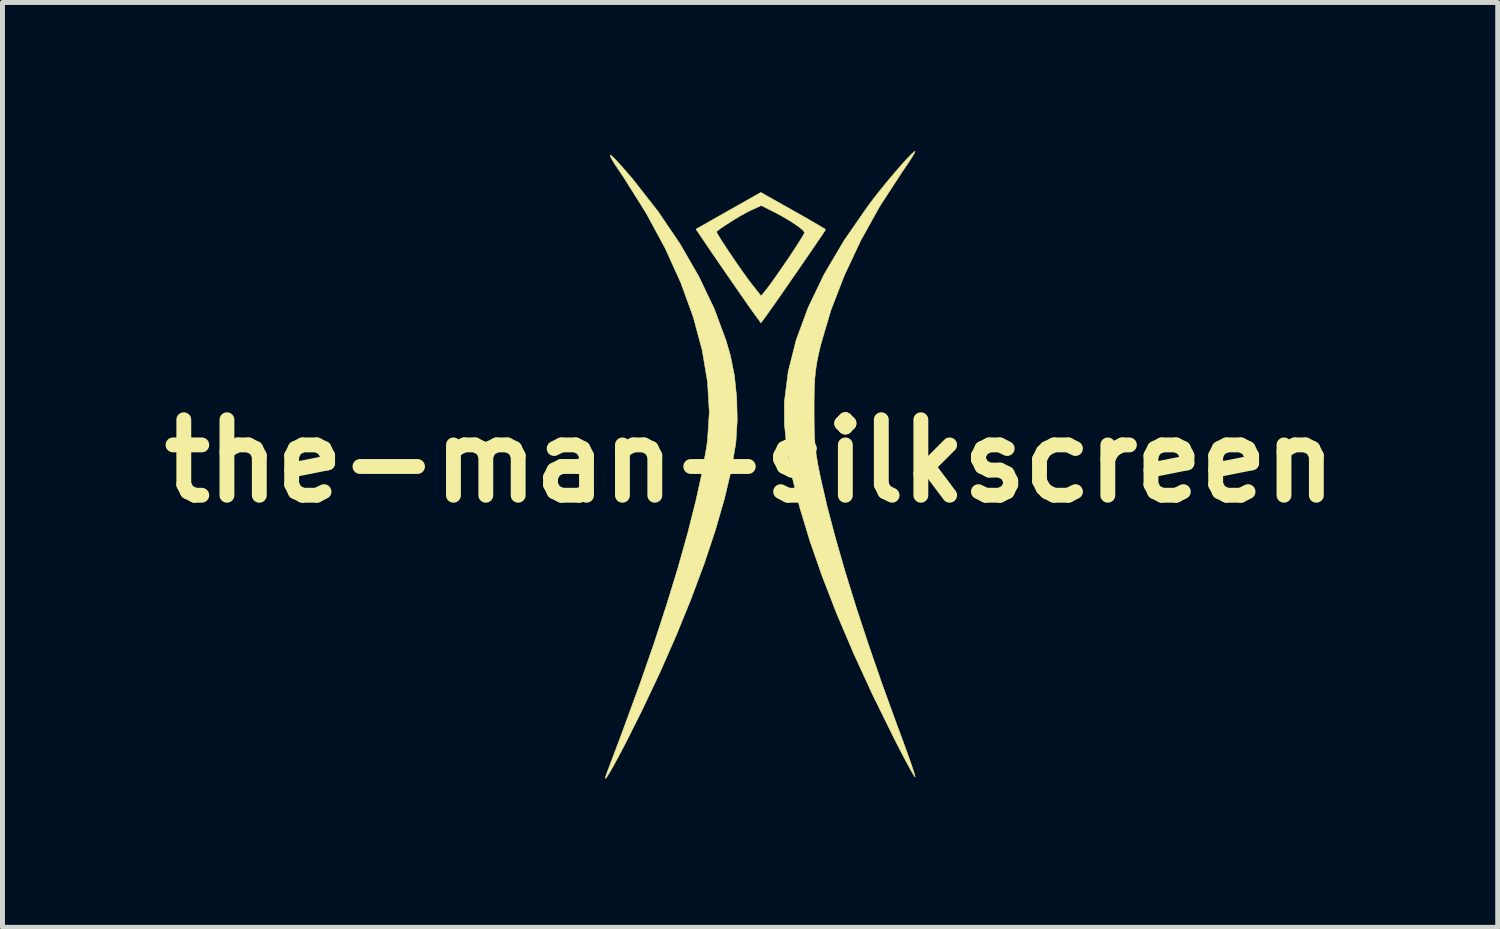
<source format=kicad_pcb>
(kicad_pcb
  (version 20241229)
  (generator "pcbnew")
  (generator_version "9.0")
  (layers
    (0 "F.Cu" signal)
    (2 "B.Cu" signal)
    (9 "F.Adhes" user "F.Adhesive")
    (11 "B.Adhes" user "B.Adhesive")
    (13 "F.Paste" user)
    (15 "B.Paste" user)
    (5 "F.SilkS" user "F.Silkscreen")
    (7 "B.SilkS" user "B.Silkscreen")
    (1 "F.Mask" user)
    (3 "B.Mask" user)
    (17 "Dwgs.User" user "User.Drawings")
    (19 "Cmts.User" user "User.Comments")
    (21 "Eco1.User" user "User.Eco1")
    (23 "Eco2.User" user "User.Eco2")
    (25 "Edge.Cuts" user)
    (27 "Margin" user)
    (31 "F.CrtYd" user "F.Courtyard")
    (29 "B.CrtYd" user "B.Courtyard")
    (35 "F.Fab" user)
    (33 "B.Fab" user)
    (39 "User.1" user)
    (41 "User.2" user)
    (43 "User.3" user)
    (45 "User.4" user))
  (footprint "the-man-silkscreen"
    (layer "F.Cu")
    (at 12.09 6.257)
    (property "Reference" "the-man-silkscreen" (at 0 0 0) (layer "F.SilkS") (effects (font (size 1.524 1.524) (thickness 0.3))))
    (attr through_hole)
    (fp_poly (pts (xy -2.796 -6.162) (xy -2.716 -6.085) (xy -2.587 -5.945) (xy -2.411 -5.741) (xy -2.349 -5.667) (xy -1.852 -5.031) (xy -1.412 -4.381) (xy -1.034 -3.726) (xy -0.723 -3.075) (xy -0.486 -2.437) (xy -0.395 -2.123) (xy -0.316 -1.724) (xy -0.27 -1.281) (xy -0.259 -0.827) (xy -0.285 -0.397) (xy -0.294 -0.327) (xy -0.382 0.19) (xy -0.519 0.767) (xy -0.701 1.396) (xy -0.925 2.069) (xy -1.189 2.777) (xy -1.489 3.515) (xy -1.822 4.272) (xy -2.187 5.042) (xy -2.503 5.673) (xy -2.638 5.93) (xy -2.75 6.137) (xy -2.837 6.288) (xy -2.895 6.38) (xy -2.922 6.406) (xy -2.915 6.364) (xy -2.902 6.329) (xy -2.879 6.265) (xy -2.83 6.135) (xy -2.761 5.952) (xy -2.677 5.729) (xy -2.583 5.479) (xy -2.553 5.397) (xy -2.237 4.536) (xy -1.947 3.704) (xy -1.687 2.908) (xy -1.456 2.155) (xy -1.258 1.45) (xy -1.094 0.8) (xy -0.965 0.212) (xy -0.874 -0.31) (xy -0.861 -0.402) (xy -0.823 -0.983) (xy -0.859 -1.598) (xy -0.967 -2.241) (xy -1.147 -2.908) (xy -1.396 -3.594) (xy -1.713 -4.294) (xy -2.098 -5.005) (xy -2.547 -5.721) (xy -2.615 -5.821) (xy -2.737 -6.004) (xy -2.807 -6.122) (xy -2.826 -6.174)) (stroke (width 0.01) (type solid)) (fill yes) (layer "F.SilkS"))
    (fp_poly (pts (xy 0.87 -5.055) (xy 1.081 -4.936) (xy 1.263 -4.831) (xy 1.406 -4.748) (xy 1.496 -4.693) (xy 1.524 -4.673) (xy 1.501 -4.636) (xy 1.438 -4.541) (xy 1.341 -4.399) (xy 1.22 -4.221) (xy 1.081 -4.02) (xy 0.934 -3.805) (xy 0.784 -3.589) (xy 0.641 -3.382) (xy 0.512 -3.197) (xy 0.404 -3.044) (xy 0.326 -2.935) (xy 0.292 -2.888) (xy 0.218 -2.791) (xy 0.116 -2.93) (xy 0.052 -3.018) (xy -0.049 -3.162) (xy -0.178 -3.347) (xy -0.325 -3.559) (xy -0.481 -3.785) (xy -0.635 -4.009) (xy -0.778 -4.217) (xy -0.899 -4.396) (xy -0.919 -4.426) (xy -1.054 -4.626) (xy -0.677 -4.626) (xy -0.654 -4.579) (xy -0.593 -4.478) (xy -0.502 -4.337) (xy -0.392 -4.173) (xy -0.274 -3.999) (xy -0.157 -3.831) (xy -0.052 -3.684) (xy 0.033 -3.572) (xy 0.041 -3.562) (xy 0.222 -3.334) (xy 0.323 -3.456) (xy 0.384 -3.535) (xy 0.48 -3.668) (xy 0.599 -3.838) (xy 0.729 -4.027) (xy 0.763 -4.076) (xy 0.884 -4.258) (xy 0.986 -4.416) (xy 1.06 -4.536) (xy 1.098 -4.605) (xy 1.101 -4.614) (xy 1.065 -4.663) (xy 0.969 -4.74) (xy 0.828 -4.835) (xy 0.656 -4.937) (xy 0.484 -5.029) (xy 0.227 -5.158) (xy 0.04 -5.074) (xy -0.072 -5.019) (xy -0.211 -4.941) (xy -0.358 -4.852) (xy -0.496 -4.764) (xy -0.606 -4.689) (xy -0.669 -4.638) (xy -0.677 -4.626) (xy -1.054 -4.626) (xy -1.092 -4.682) (xy -0.438 -5.053) (xy 0.217 -5.423)) (stroke (width 0.01) (type solid)) (fill yes) (layer "F.SilkS"))
    (fp_poly (pts (xy 3.314 -6.212) (xy 3.258 -6.118) (xy 3.169 -5.983) (xy 3.058 -5.821) (xy 3.055 -5.815) (xy 2.621 -5.149) (xy 2.235 -4.455) (xy 1.903 -3.748) (xy 1.631 -3.044) (xy 1.428 -2.357) (xy 1.389 -2.193) (xy 1.351 -2.009) (xy 1.324 -1.837) (xy 1.306 -1.657) (xy 1.296 -1.448) (xy 1.292 -1.186) (xy 1.292 -1.016) (xy 1.294 -0.729) (xy 1.3 -0.501) (xy 1.313 -0.307) (xy 1.336 -0.123) (xy 1.37 0.077) (xy 1.418 0.318) (xy 1.429 0.367) (xy 1.557 0.923) (xy 1.721 1.544) (xy 1.916 2.223) (xy 2.141 2.95) (xy 2.393 3.715) (xy 2.668 4.508) (xy 2.963 5.322) (xy 3.013 5.454) (xy 3.108 5.713) (xy 3.192 5.945) (xy 3.26 6.138) (xy 3.307 6.281) (xy 3.33 6.363) (xy 3.331 6.377) (xy 3.308 6.347) (xy 3.252 6.251) (xy 3.169 6.101) (xy 3.066 5.906) (xy 2.948 5.677) (xy 2.888 5.558) (xy 2.465 4.698) (xy 2.084 3.868) (xy 1.746 3.074) (xy 1.453 2.318) (xy 1.205 1.605) (xy 1.003 0.938) (xy 0.85 0.322) (xy 0.746 -0.239) (xy 0.693 -0.743) (xy 0.691 -1.184) (xy 0.691 -1.185) (xy 0.769 -1.805) (xy 0.93 -2.443) (xy 1.171 -3.097) (xy 1.493 -3.767) (xy 1.896 -4.45) (xy 2.378 -5.146) (xy 2.47 -5.269) (xy 2.606 -5.443) (xy 2.754 -5.625) (xy 2.903 -5.803) (xy 3.044 -5.966) (xy 3.167 -6.102) (xy 3.262 -6.2) (xy 3.319 -6.249) (xy 3.33 -6.252)) (stroke (width 0.01) (type solid)) (fill yes) (layer "F.SilkS")))
  (gr_rect
    (start -3 -3)
    (end 27.181 15.668)
    (stroke (width 0.1) (type default))
    (fill no)
    (layer "Edge.Cuts")))
</source>
